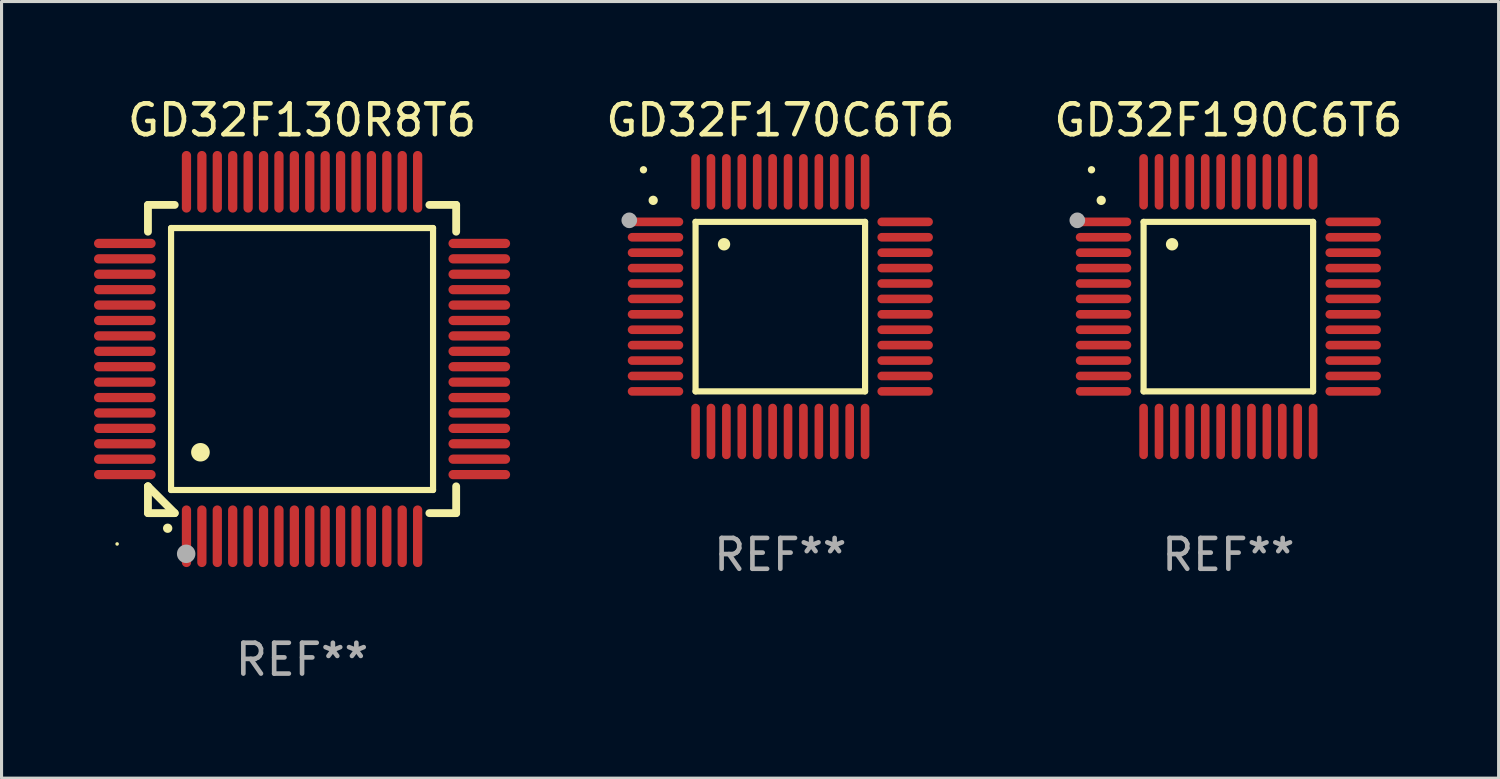
<source format=kicad_pcb>
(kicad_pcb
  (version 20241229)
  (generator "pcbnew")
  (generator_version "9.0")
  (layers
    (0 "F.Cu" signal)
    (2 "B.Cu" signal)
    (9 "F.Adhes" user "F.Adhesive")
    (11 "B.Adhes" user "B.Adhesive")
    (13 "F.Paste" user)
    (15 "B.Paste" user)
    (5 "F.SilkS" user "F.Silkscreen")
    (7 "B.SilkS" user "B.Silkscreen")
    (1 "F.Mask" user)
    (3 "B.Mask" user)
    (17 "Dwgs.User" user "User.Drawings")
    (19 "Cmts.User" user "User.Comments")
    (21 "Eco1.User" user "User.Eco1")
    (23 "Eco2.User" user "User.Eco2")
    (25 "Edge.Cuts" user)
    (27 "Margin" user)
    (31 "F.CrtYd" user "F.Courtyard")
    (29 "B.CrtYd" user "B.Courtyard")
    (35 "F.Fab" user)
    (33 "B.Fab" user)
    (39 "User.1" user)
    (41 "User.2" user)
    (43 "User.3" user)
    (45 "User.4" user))
  (footprint "GD32F190C6T6"
    (layer "F.Cu")
    (at 36.803 6.898)
    (property "Reference" "GD32F190C6T6" (at 0 -6.05 0) (layer "F.SilkS") (effects (font (size 1 1) (thickness 0.15))))
    (attr through_hole)
    (fp_line (start -2.75 -2.75) (end 2.75 -2.75) (stroke (width 0.2) (type solid)) (layer "F.SilkS"))
    (fp_line (start -2.75 2.75) (end -2.75 -2.75) (stroke (width 0.2) (type solid)) (layer "F.SilkS"))
    (fp_line (start 2.75 -2.75) (end 2.75 2.75) (stroke (width 0.2) (type solid)) (layer "F.SilkS"))
    (fp_line (start 2.75 2.75) (end -2.75 2.75) (stroke (width 0.2) (type solid)) (layer "F.SilkS"))
    (fp_arc (start -4.124968 -3.446787) (mid -4.124973 -3.448057) (end -4.124968 -3.449327) (stroke (width 0.3) (type solid)) (layer "F.SilkS"))
    (fp_arc (start -1.826264 -2.021844) (mid -1.826268 -2.023114) (end -1.826264 -2.024384) (stroke (width 0.4) (type solid)) (layer "F.SilkS"))
    (fp_circle (center -4.44 -4.44) (end -4.38 -4.44) (stroke (width 0.12) (type solid)) (fill no) (layer "F.SilkS"))
    (fp_circle (center -4.9 -2.8) (end -4.773 -2.8) (stroke (width 0.254) (type solid)) (fill no) (layer "F.Fab"))
    (fp_text user "REF**" (at 0 8.05 0) (layer "F.Fab") (effects (font (size 1 1) (thickness 0.15))))
    (pad "1" smd oval (at -4.05 -2.75 90) (size 0.28 1.8) (layers "F.Cu" "F.Mask" "F.Paste"))
    (pad "2" smd oval (at -4.05 -2.25 90) (size 0.28 1.8) (layers "F.Cu" "F.Mask" "F.Paste"))
    (pad "3" smd oval (at -4.05 -1.75 90) (size 0.28 1.8) (layers "F.Cu" "F.Mask" "F.Paste"))
    (pad "4" smd oval (at -4.05 -1.25 90) (size 0.28 1.8) (layers "F.Cu" "F.Mask" "F.Paste"))
    (pad "5" smd oval (at -4.05 -0.75 90) (size 0.28 1.8) (layers "F.Cu" "F.Mask" "F.Paste"))
    (pad "6" smd oval (at -4.05 -0.25 90) (size 0.28 1.8) (layers "F.Cu" "F.Mask" "F.Paste"))
    (pad "7" smd oval (at -4.05 0.25 90) (size 0.28 1.8) (layers "F.Cu" "F.Mask" "F.Paste"))
    (pad "8" smd oval (at -4.05 0.75 90) (size 0.28 1.8) (layers "F.Cu" "F.Mask" "F.Paste"))
    (pad "9" smd oval (at -4.05 1.25 90) (size 0.28 1.8) (layers "F.Cu" "F.Mask" "F.Paste"))
    (pad "10" smd oval (at -4.05 1.75 90) (size 0.28 1.8) (layers "F.Cu" "F.Mask" "F.Paste"))
    (pad "11" smd oval (at -4.05 2.25 90) (size 0.28 1.8) (layers "F.Cu" "F.Mask" "F.Paste"))
    (pad "12" smd oval (at -4.05 2.75 90) (size 0.28 1.8) (layers "F.Cu" "F.Mask" "F.Paste"))
    (pad "13" smd oval (at -2.75 4.05) (size 0.28 1.8) (layers "F.Cu" "F.Mask" "F.Paste"))
    (pad "14" smd oval (at -2.25 4.05) (size 0.28 1.8) (layers "F.Cu" "F.Mask" "F.Paste"))
    (pad "15" smd oval (at -1.75 4.05) (size 0.28 1.8) (layers "F.Cu" "F.Mask" "F.Paste"))
    (pad "16" smd oval (at -1.25 4.05) (size 0.28 1.8) (layers "F.Cu" "F.Mask" "F.Paste"))
    (pad "17" smd oval (at -0.75 4.05) (size 0.28 1.8) (layers "F.Cu" "F.Mask" "F.Paste"))
    (pad "18" smd oval (at -0.25 4.05) (size 0.28 1.8) (layers "F.Cu" "F.Mask" "F.Paste"))
    (pad "19" smd oval (at 0.25 4.05) (size 0.28 1.8) (layers "F.Cu" "F.Mask" "F.Paste"))
    (pad "20" smd oval (at 0.75 4.05) (size 0.28 1.8) (layers "F.Cu" "F.Mask" "F.Paste"))
    (pad "21" smd oval (at 1.25 4.05) (size 0.28 1.8) (layers "F.Cu" "F.Mask" "F.Paste"))
    (pad "22" smd oval (at 1.75 4.05) (size 0.28 1.8) (layers "F.Cu" "F.Mask" "F.Paste"))
    (pad "23" smd oval (at 2.25 4.05) (size 0.28 1.8) (layers "F.Cu" "F.Mask" "F.Paste"))
    (pad "24" smd oval (at 2.75 4.05) (size 0.28 1.8) (layers "F.Cu" "F.Mask" "F.Paste"))
    (pad "25" smd oval (at 4.05 2.75 90) (size 0.28 1.8) (layers "F.Cu" "F.Mask" "F.Paste"))
    (pad "26" smd oval (at 4.05 2.25 90) (size 0.28 1.8) (layers "F.Cu" "F.Mask" "F.Paste"))
    (pad "27" smd oval (at 4.05 1.75 90) (size 0.28 1.8) (layers "F.Cu" "F.Mask" "F.Paste"))
    (pad "28" smd oval (at 4.05 1.25 90) (size 0.28 1.8) (layers "F.Cu" "F.Mask" "F.Paste"))
    (pad "29" smd oval (at 4.05 0.75 90) (size 0.28 1.8) (layers "F.Cu" "F.Mask" "F.Paste"))
    (pad "30" smd oval (at 4.05 0.25 90) (size 0.28 1.8) (layers "F.Cu" "F.Mask" "F.Paste"))
    (pad "31" smd oval (at 4.05 -0.25 90) (size 0.28 1.8) (layers "F.Cu" "F.Mask" "F.Paste"))
    (pad "32" smd oval (at 4.05 -0.75 90) (size 0.28 1.8) (layers "F.Cu" "F.Mask" "F.Paste"))
    (pad "33" smd oval (at 4.05 -1.25 90) (size 0.28 1.8) (layers "F.Cu" "F.Mask" "F.Paste"))
    (pad "34" smd oval (at 4.05 -1.75 90) (size 0.28 1.8) (layers "F.Cu" "F.Mask" "F.Paste"))
    (pad "35" smd oval (at 4.05 -2.25 90) (size 0.28 1.8) (layers "F.Cu" "F.Mask" "F.Paste"))
    (pad "36" smd oval (at 4.05 -2.75 90) (size 0.28 1.8) (layers "F.Cu" "F.Mask" "F.Paste"))
    (pad "37" smd oval (at 2.75 -4.05) (size 0.28 1.8) (layers "F.Cu" "F.Mask" "F.Paste"))
    (pad "38" smd oval (at 2.25 -4.05) (size 0.28 1.8) (layers "F.Cu" "F.Mask" "F.Paste"))
    (pad "39" smd oval (at 1.75 -4.05) (size 0.28 1.8) (layers "F.Cu" "F.Mask" "F.Paste"))
    (pad "40" smd oval (at 1.25 -4.05) (size 0.28 1.8) (layers "F.Cu" "F.Mask" "F.Paste"))
    (pad "41" smd oval (at 0.75 -4.05) (size 0.28 1.8) (layers "F.Cu" "F.Mask" "F.Paste"))
    (pad "42" smd oval (at 0.25 -4.05) (size 0.28 1.8) (layers "F.Cu" "F.Mask" "F.Paste"))
    (pad "43" smd oval (at -0.25 -4.05) (size 0.28 1.8) (layers "F.Cu" "F.Mask" "F.Paste"))
    (pad "44" smd oval (at -0.75 -4.05) (size 0.28 1.8) (layers "F.Cu" "F.Mask" "F.Paste"))
    (pad "45" smd oval (at -1.25 -4.05) (size 0.28 1.8) (layers "F.Cu" "F.Mask" "F.Paste"))
    (pad "46" smd oval (at -1.75 -4.05) (size 0.28 1.8) (layers "F.Cu" "F.Mask" "F.Paste"))
    (pad "47" smd oval (at -2.25 -4.05) (size 0.28 1.8) (layers "F.Cu" "F.Mask" "F.Paste"))
    (pad "48" smd oval (at -2.75 -4.05) (size 0.28 1.8) (layers "F.Cu" "F.Mask" "F.Paste")))
  (footprint "GD32F130R8T6"
    (layer "F.Cu")
    (at 6.75 8.598)
    (property "Reference" "GD32F130R8T6" (at 0 -7.75 0) (layer "F.SilkS") (effects (font (size 1 1) (thickness 0.15))))
    (attr through_hole)
    (fp_line (start -5 -5) (end -4.131 -5) (stroke (width 0.254) (type solid)) (layer "F.SilkS"))
    (fp_line (start -5 -4.131) (end -5 -5) (stroke (width 0.254) (type solid)) (layer "F.SilkS"))
    (fp_line (start -5 4.131) (end -5 4.131) (stroke (width 0.254) (type solid)) (layer "F.SilkS"))
    (fp_line (start -5 5) (end -5 4.131) (stroke (width 0.254) (type solid)) (layer "F.SilkS"))
    (fp_line (start -5 4.131) (end -4.131 5) (stroke (width 0.254) (type solid)) (layer "F.SilkS"))
    (fp_line (start -4.25 -4.25) (end -4.25 4.25) (stroke (width 0.2) (type solid)) (layer "F.SilkS"))
    (fp_line (start -4.25 4.25) (end 4.25 4.25) (stroke (width 0.2) (type solid)) (layer "F.SilkS"))
    (fp_line (start -4.131 5) (end -5 5) (stroke (width 0.254) (type solid)) (layer "F.SilkS"))
    (fp_line (start 4.25 -4.25) (end -4.25 -4.25) (stroke (width 0.2) (type solid)) (layer "F.SilkS"))
    (fp_line (start 4.25 4.25) (end 4.25 -4.25) (stroke (width 0.2) (type solid)) (layer "F.SilkS"))
    (fp_line (start 5 -5) (end 4.131 -5) (stroke (width 0.254) (type solid)) (layer "F.SilkS"))
    (fp_line (start 5 -5) (end 5 -4.131) (stroke (width 0.254) (type solid)) (layer "F.SilkS"))
    (fp_line (start 5 4.131) (end 5 5) (stroke (width 0.254) (type solid)) (layer "F.SilkS"))
    (fp_line (start 5 5) (end 4.131 5) (stroke (width 0.254) (type solid)) (layer "F.SilkS"))
    (fp_arc (start -4.361265 5.489992) (mid -4.359995 5.489987) (end -4.358725 5.489992) (stroke (width 0.3) (type solid)) (layer "F.SilkS"))
    (fp_arc (start -3.299467 3.025146) (mid -3.296927 3.025135) (end -3.294387 3.025146) (stroke (width 0.6) (type solid)) (layer "F.SilkS"))
    (fp_circle (center -6 6) (end -5.97 6) (stroke (width 0.06) (type solid)) (fill no) (layer "F.SilkS"))
    (fp_circle (center -3.76 6.32) (end -3.61 6.32) (stroke (width 0.3) (type solid)) (fill no) (layer "F.Fab"))
    (fp_text user "REF**" (at 0 9.75 0) (layer "F.Fab") (effects (font (size 1 1) (thickness 0.15))))
    (pad "1" smd oval (at -3.75 5.75) (size 0.3 2) (layers "F.Cu" "F.Mask" "F.Paste"))
    (pad "2" smd oval (at -3.25 5.75) (size 0.3 2) (layers "F.Cu" "F.Mask" "F.Paste"))
    (pad "3" smd oval (at -2.75 5.75) (size 0.3 2) (layers "F.Cu" "F.Mask" "F.Paste"))
    (pad "4" smd oval (at -2.25 5.75) (size 0.3 2) (layers "F.Cu" "F.Mask" "F.Paste"))
    (pad "5" smd oval (at -1.75 5.75) (size 0.3 2) (layers "F.Cu" "F.Mask" "F.Paste"))
    (pad "6" smd oval (at -1.25 5.75) (size 0.3 2) (layers "F.Cu" "F.Mask" "F.Paste"))
    (pad "7" smd oval (at -0.75 5.75) (size 0.3 2) (layers "F.Cu" "F.Mask" "F.Paste"))
    (pad "8" smd oval (at -0.25 5.75) (size 0.3 2) (layers "F.Cu" "F.Mask" "F.Paste"))
    (pad "9" smd oval (at 0.25 5.75) (size 0.3 2) (layers "F.Cu" "F.Mask" "F.Paste"))
    (pad "10" smd oval (at 0.75 5.75) (size 0.3 2) (layers "F.Cu" "F.Mask" "F.Paste"))
    (pad "11" smd oval (at 1.25 5.75) (size 0.3 2) (layers "F.Cu" "F.Mask" "F.Paste"))
    (pad "12" smd oval (at 1.75 5.75) (size 0.3 2) (layers "F.Cu" "F.Mask" "F.Paste"))
    (pad "13" smd oval (at 2.25 5.75) (size 0.3 2) (layers "F.Cu" "F.Mask" "F.Paste"))
    (pad "14" smd oval (at 2.75 5.75) (size 0.3 2) (layers "F.Cu" "F.Mask" "F.Paste"))
    (pad "15" smd oval (at 3.25 5.75) (size 0.3 2) (layers "F.Cu" "F.Mask" "F.Paste"))
    (pad "16" smd oval (at 3.75 5.75) (size 0.3 2) (layers "F.Cu" "F.Mask" "F.Paste"))
    (pad "17" smd oval (at 5.75 3.75) (size 2 0.3) (layers "F.Cu" "F.Mask" "F.Paste"))
    (pad "18" smd oval (at 5.75 3.25) (size 2 0.3) (layers "F.Cu" "F.Mask" "F.Paste"))
    (pad "19" smd oval (at 5.75 2.75) (size 2 0.3) (layers "F.Cu" "F.Mask" "F.Paste"))
    (pad "20" smd oval (at 5.75 2.25) (size 2 0.3) (layers "F.Cu" "F.Mask" "F.Paste"))
    (pad "21" smd oval (at 5.75 1.75) (size 2 0.3) (layers "F.Cu" "F.Mask" "F.Paste"))
    (pad "22" smd oval (at 5.75 1.25) (size 2 0.3) (layers "F.Cu" "F.Mask" "F.Paste"))
    (pad "23" smd oval (at 5.75 0.75) (size 2 0.3) (layers "F.Cu" "F.Mask" "F.Paste"))
    (pad "24" smd oval (at 5.75 0.25) (size 2 0.3) (layers "F.Cu" "F.Mask" "F.Paste"))
    (pad "25" smd oval (at 5.75 -0.25) (size 2 0.3) (layers "F.Cu" "F.Mask" "F.Paste"))
    (pad "26" smd oval (at 5.75 -0.75) (size 2 0.3) (layers "F.Cu" "F.Mask" "F.Paste"))
    (pad "27" smd oval (at 5.75 -1.25) (size 2 0.3) (layers "F.Cu" "F.Mask" "F.Paste"))
    (pad "28" smd oval (at 5.75 -1.75) (size 2 0.3) (layers "F.Cu" "F.Mask" "F.Paste"))
    (pad "29" smd oval (at 5.75 -2.25) (size 2 0.3) (layers "F.Cu" "F.Mask" "F.Paste"))
    (pad "30" smd oval (at 5.75 -2.75) (size 2 0.3) (layers "F.Cu" "F.Mask" "F.Paste"))
    (pad "31" smd oval (at 5.75 -3.25) (size 2 0.3) (layers "F.Cu" "F.Mask" "F.Paste"))
    (pad "32" smd oval (at 5.75 -3.75) (size 2 0.3) (layers "F.Cu" "F.Mask" "F.Paste"))
    (pad "33" smd oval (at 3.75 -5.75) (size 0.3 2) (layers "F.Cu" "F.Mask" "F.Paste"))
    (pad "34" smd oval (at 3.25 -5.75) (size 0.3 2) (layers "F.Cu" "F.Mask" "F.Paste"))
    (pad "35" smd oval (at 2.75 -5.75) (size 0.3 2) (layers "F.Cu" "F.Mask" "F.Paste"))
    (pad "36" smd oval (at 2.25 -5.75) (size 0.3 2) (layers "F.Cu" "F.Mask" "F.Paste"))
    (pad "37" smd oval (at 1.75 -5.75) (size 0.3 2) (layers "F.Cu" "F.Mask" "F.Paste"))
    (pad "38" smd oval (at 1.25 -5.75) (size 0.3 2) (layers "F.Cu" "F.Mask" "F.Paste"))
    (pad "39" smd oval (at 0.75 -5.75) (size 0.3 2) (layers "F.Cu" "F.Mask" "F.Paste"))
    (pad "40" smd oval (at 0.25 -5.75) (size 0.3 2) (layers "F.Cu" "F.Mask" "F.Paste"))
    (pad "41" smd oval (at -0.25 -5.75) (size 0.3 2) (layers "F.Cu" "F.Mask" "F.Paste"))
    (pad "42" smd oval (at -0.75 -5.75) (size 0.3 2) (layers "F.Cu" "F.Mask" "F.Paste"))
    (pad "43" smd oval (at -1.25 -5.75) (size 0.3 2) (layers "F.Cu" "F.Mask" "F.Paste"))
    (pad "44" smd oval (at -1.75 -5.75) (size 0.3 2) (layers "F.Cu" "F.Mask" "F.Paste"))
    (pad "45" smd oval (at -2.25 -5.75) (size 0.3 2) (layers "F.Cu" "F.Mask" "F.Paste"))
    (pad "46" smd oval (at -2.75 -5.75) (size 0.3 2) (layers "F.Cu" "F.Mask" "F.Paste"))
    (pad "47" smd oval (at -3.25 -5.75) (size 0.3 2) (layers "F.Cu" "F.Mask" "F.Paste"))
    (pad "48" smd oval (at -3.75 -5.75) (size 0.3 2) (layers "F.Cu" "F.Mask" "F.Paste"))
    (pad "49" smd oval (at -5.75 -3.75) (size 2 0.3) (layers "F.Cu" "F.Mask" "F.Paste"))
    (pad "50" smd oval (at -5.75 -3.25) (size 2 0.3) (layers "F.Cu" "F.Mask" "F.Paste"))
    (pad "51" smd oval (at -5.75 -2.75) (size 2 0.3) (layers "F.Cu" "F.Mask" "F.Paste"))
    (pad "52" smd oval (at -5.75 -2.25) (size 2 0.3) (layers "F.Cu" "F.Mask" "F.Paste"))
    (pad "53" smd oval (at -5.75 -1.75) (size 2 0.3) (layers "F.Cu" "F.Mask" "F.Paste"))
    (pad "54" smd oval (at -5.75 -1.25) (size 2 0.3) (layers "F.Cu" "F.Mask" "F.Paste"))
    (pad "55" smd oval (at -5.75 -0.75) (size 2 0.3) (layers "F.Cu" "F.Mask" "F.Paste"))
    (pad "56" smd oval (at -5.75 -0.25) (size 2 0.3) (layers "F.Cu" "F.Mask" "F.Paste"))
    (pad "57" smd oval (at -5.75 0.25) (size 2 0.3) (layers "F.Cu" "F.Mask" "F.Paste"))
    (pad "58" smd oval (at -5.75 0.75) (size 2 0.3) (layers "F.Cu" "F.Mask" "F.Paste"))
    (pad "59" smd oval (at -5.75 1.25) (size 2 0.3) (layers "F.Cu" "F.Mask" "F.Paste"))
    (pad "60" smd oval (at -5.75 1.75) (size 2 0.3) (layers "F.Cu" "F.Mask" "F.Paste"))
    (pad "61" smd oval (at -5.75 2.25) (size 2 0.3) (layers "F.Cu" "F.Mask" "F.Paste"))
    (pad "62" smd oval (at -5.75 2.75) (size 2 0.3) (layers "F.Cu" "F.Mask" "F.Paste"))
    (pad "63" smd oval (at -5.75 3.25) (size 2 0.3) (layers "F.Cu" "F.Mask" "F.Paste"))
    (pad "64" smd oval (at -5.75 3.75) (size 2 0.3) (layers "F.Cu" "F.Mask" "F.Paste")))
  (footprint "GD32F170C6T6"
    (layer "F.Cu")
    (at 22.267 6.898)
    (property "Reference" "GD32F170C6T6" (at 0 -6.05 0) (layer "F.SilkS") (effects (font (size 1 1) (thickness 0.15))))
    (attr through_hole)
    (fp_line (start -2.75 -2.75) (end 2.75 -2.75) (stroke (width 0.2) (type solid)) (layer "F.SilkS"))
    (fp_line (start -2.75 2.75) (end -2.75 -2.75) (stroke (width 0.2) (type solid)) (layer "F.SilkS"))
    (fp_line (start 2.75 -2.75) (end 2.75 2.75) (stroke (width 0.2) (type solid)) (layer "F.SilkS"))
    (fp_line (start 2.75 2.75) (end -2.75 2.75) (stroke (width 0.2) (type solid)) (layer "F.SilkS"))
    (fp_arc (start -4.124968 -3.446787) (mid -4.124973 -3.448057) (end -4.124968 -3.449327) (stroke (width 0.3) (type solid)) (layer "F.SilkS"))
    (fp_arc (start -1.826264 -2.021844) (mid -1.826268 -2.023114) (end -1.826264 -2.024384) (stroke (width 0.4) (type solid)) (layer "F.SilkS"))
    (fp_circle (center -4.44 -4.44) (end -4.38 -4.44) (stroke (width 0.12) (type solid)) (fill no) (layer "F.SilkS"))
    (fp_circle (center -4.9 -2.8) (end -4.773 -2.8) (stroke (width 0.254) (type solid)) (fill no) (layer "F.Fab"))
    (fp_text user "REF**" (at 0 8.05 0) (layer "F.Fab") (effects (font (size 1 1) (thickness 0.15))))
    (pad "1" smd oval (at -4.05 -2.75 90) (size 0.28 1.8) (layers "F.Cu" "F.Mask" "F.Paste"))
    (pad "2" smd oval (at -4.05 -2.25 90) (size 0.28 1.8) (layers "F.Cu" "F.Mask" "F.Paste"))
    (pad "3" smd oval (at -4.05 -1.75 90) (size 0.28 1.8) (layers "F.Cu" "F.Mask" "F.Paste"))
    (pad "4" smd oval (at -4.05 -1.25 90) (size 0.28 1.8) (layers "F.Cu" "F.Mask" "F.Paste"))
    (pad "5" smd oval (at -4.05 -0.75 90) (size 0.28 1.8) (layers "F.Cu" "F.Mask" "F.Paste"))
    (pad "6" smd oval (at -4.05 -0.25 90) (size 0.28 1.8) (layers "F.Cu" "F.Mask" "F.Paste"))
    (pad "7" smd oval (at -4.05 0.25 90) (size 0.28 1.8) (layers "F.Cu" "F.Mask" "F.Paste"))
    (pad "8" smd oval (at -4.05 0.75 90) (size 0.28 1.8) (layers "F.Cu" "F.Mask" "F.Paste"))
    (pad "9" smd oval (at -4.05 1.25 90) (size 0.28 1.8) (layers "F.Cu" "F.Mask" "F.Paste"))
    (pad "10" smd oval (at -4.05 1.75 90) (size 0.28 1.8) (layers "F.Cu" "F.Mask" "F.Paste"))
    (pad "11" smd oval (at -4.05 2.25 90) (size 0.28 1.8) (layers "F.Cu" "F.Mask" "F.Paste"))
    (pad "12" smd oval (at -4.05 2.75 90) (size 0.28 1.8) (layers "F.Cu" "F.Mask" "F.Paste"))
    (pad "13" smd oval (at -2.75 4.05) (size 0.28 1.8) (layers "F.Cu" "F.Mask" "F.Paste"))
    (pad "14" smd oval (at -2.25 4.05) (size 0.28 1.8) (layers "F.Cu" "F.Mask" "F.Paste"))
    (pad "15" smd oval (at -1.75 4.05) (size 0.28 1.8) (layers "F.Cu" "F.Mask" "F.Paste"))
    (pad "16" smd oval (at -1.25 4.05) (size 0.28 1.8) (layers "F.Cu" "F.Mask" "F.Paste"))
    (pad "17" smd oval (at -0.75 4.05) (size 0.28 1.8) (layers "F.Cu" "F.Mask" "F.Paste"))
    (pad "18" smd oval (at -0.25 4.05) (size 0.28 1.8) (layers "F.Cu" "F.Mask" "F.Paste"))
    (pad "19" smd oval (at 0.25 4.05) (size 0.28 1.8) (layers "F.Cu" "F.Mask" "F.Paste"))
    (pad "20" smd oval (at 0.75 4.05) (size 0.28 1.8) (layers "F.Cu" "F.Mask" "F.Paste"))
    (pad "21" smd oval (at 1.25 4.05) (size 0.28 1.8) (layers "F.Cu" "F.Mask" "F.Paste"))
    (pad "22" smd oval (at 1.75 4.05) (size 0.28 1.8) (layers "F.Cu" "F.Mask" "F.Paste"))
    (pad "23" smd oval (at 2.25 4.05) (size 0.28 1.8) (layers "F.Cu" "F.Mask" "F.Paste"))
    (pad "24" smd oval (at 2.75 4.05) (size 0.28 1.8) (layers "F.Cu" "F.Mask" "F.Paste"))
    (pad "25" smd oval (at 4.05 2.75 90) (size 0.28 1.8) (layers "F.Cu" "F.Mask" "F.Paste"))
    (pad "26" smd oval (at 4.05 2.25 90) (size 0.28 1.8) (layers "F.Cu" "F.Mask" "F.Paste"))
    (pad "27" smd oval (at 4.05 1.75 90) (size 0.28 1.8) (layers "F.Cu" "F.Mask" "F.Paste"))
    (pad "28" smd oval (at 4.05 1.25 90) (size 0.28 1.8) (layers "F.Cu" "F.Mask" "F.Paste"))
    (pad "29" smd oval (at 4.05 0.75 90) (size 0.28 1.8) (layers "F.Cu" "F.Mask" "F.Paste"))
    (pad "30" smd oval (at 4.05 0.25 90) (size 0.28 1.8) (layers "F.Cu" "F.Mask" "F.Paste"))
    (pad "31" smd oval (at 4.05 -0.25 90) (size 0.28 1.8) (layers "F.Cu" "F.Mask" "F.Paste"))
    (pad "32" smd oval (at 4.05 -0.75 90) (size 0.28 1.8) (layers "F.Cu" "F.Mask" "F.Paste"))
    (pad "33" smd oval (at 4.05 -1.25 90) (size 0.28 1.8) (layers "F.Cu" "F.Mask" "F.Paste"))
    (pad "34" smd oval (at 4.05 -1.75 90) (size 0.28 1.8) (layers "F.Cu" "F.Mask" "F.Paste"))
    (pad "35" smd oval (at 4.05 -2.25 90) (size 0.28 1.8) (layers "F.Cu" "F.Mask" "F.Paste"))
    (pad "36" smd oval (at 4.05 -2.75 90) (size 0.28 1.8) (layers "F.Cu" "F.Mask" "F.Paste"))
    (pad "37" smd oval (at 2.75 -4.05) (size 0.28 1.8) (layers "F.Cu" "F.Mask" "F.Paste"))
    (pad "38" smd oval (at 2.25 -4.05) (size 0.28 1.8) (layers "F.Cu" "F.Mask" "F.Paste"))
    (pad "39" smd oval (at 1.75 -4.05) (size 0.28 1.8) (layers "F.Cu" "F.Mask" "F.Paste"))
    (pad "40" smd oval (at 1.25 -4.05) (size 0.28 1.8) (layers "F.Cu" "F.Mask" "F.Paste"))
    (pad "41" smd oval (at 0.75 -4.05) (size 0.28 1.8) (layers "F.Cu" "F.Mask" "F.Paste"))
    (pad "42" smd oval (at 0.25 -4.05) (size 0.28 1.8) (layers "F.Cu" "F.Mask" "F.Paste"))
    (pad "43" smd oval (at -0.25 -4.05) (size 0.28 1.8) (layers "F.Cu" "F.Mask" "F.Paste"))
    (pad "44" smd oval (at -0.75 -4.05) (size 0.28 1.8) (layers "F.Cu" "F.Mask" "F.Paste"))
    (pad "45" smd oval (at -1.25 -4.05) (size 0.28 1.8) (layers "F.Cu" "F.Mask" "F.Paste"))
    (pad "46" smd oval (at -1.75 -4.05) (size 0.28 1.8) (layers "F.Cu" "F.Mask" "F.Paste"))
    (pad "47" smd oval (at -2.25 -4.05) (size 0.28 1.8) (layers "F.Cu" "F.Mask" "F.Paste"))
    (pad "48" smd oval (at -2.75 -4.05) (size 0.28 1.8) (layers "F.Cu" "F.Mask" "F.Paste")))
  (gr_rect
    (start -3 -3)
    (end 45.571 22.196)
    (stroke (width 0.1) (type default))
    (fill no)
    (layer "Edge.Cuts")))
</source>
